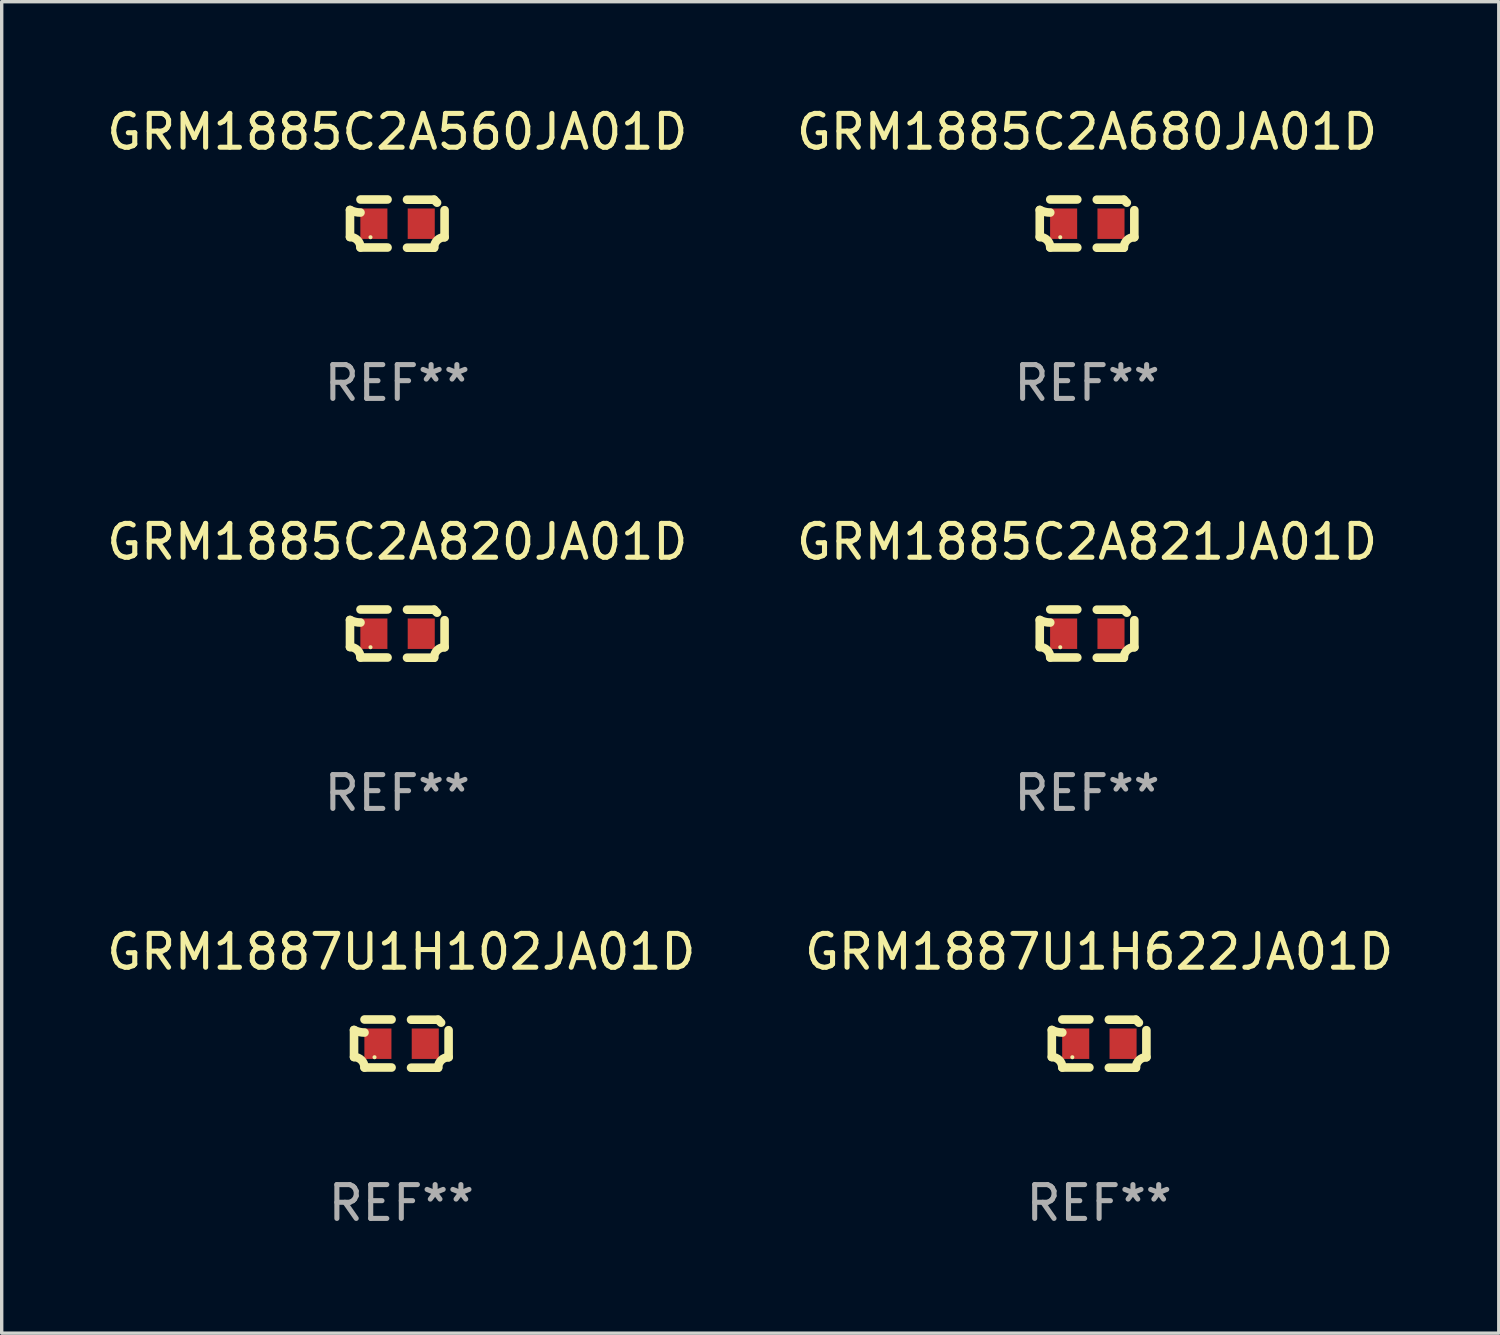
<source format=kicad_pcb>
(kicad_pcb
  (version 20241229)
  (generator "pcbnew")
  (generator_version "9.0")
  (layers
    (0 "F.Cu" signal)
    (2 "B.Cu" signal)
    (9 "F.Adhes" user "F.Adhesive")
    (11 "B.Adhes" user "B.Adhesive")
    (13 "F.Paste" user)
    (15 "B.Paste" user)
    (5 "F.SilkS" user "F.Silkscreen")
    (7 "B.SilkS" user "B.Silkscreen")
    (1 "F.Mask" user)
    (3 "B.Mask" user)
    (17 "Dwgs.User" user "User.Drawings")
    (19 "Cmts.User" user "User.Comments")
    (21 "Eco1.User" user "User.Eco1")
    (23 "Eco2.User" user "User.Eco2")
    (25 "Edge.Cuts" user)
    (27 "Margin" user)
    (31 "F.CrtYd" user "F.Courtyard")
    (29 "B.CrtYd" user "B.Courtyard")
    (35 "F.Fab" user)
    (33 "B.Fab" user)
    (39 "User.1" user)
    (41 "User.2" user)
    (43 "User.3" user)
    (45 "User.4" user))
  (footprint "GRM1885C2A560JA01D"
    (layer "F.Cu")
    (at 8.696 3.561)
    (property "Reference" "GRM1885C2A560JA01D" (at 0 -2.713 0) (layer "F.SilkS") (effects (font (size 1 1) (thickness 0.15))))
    (attr through_hole)
    (fp_line (start -1.398 -0.403) (end -1.398 0.397) (stroke (width 0.254) (type solid)) (layer "F.SilkS"))
    (fp_line (start -0.288 -0.713) (end -1.088 -0.713) (stroke (width 0.254) (type solid)) (layer "F.SilkS"))
    (fp_line (start -0.288 0.707) (end -1.088 0.707) (stroke (width 0.254) (type solid)) (layer "F.SilkS"))
    (fp_line (start 0.288 -0.707) (end 1.088 -0.707) (stroke (width 0.254) (type solid)) (layer "F.SilkS"))
    (fp_line (start 0.288 0.713) (end 1.088 0.713) (stroke (width 0.254) (type solid)) (layer "F.SilkS"))
    (fp_line (start 1.398 -0.397) (end 1.398 0.403) (stroke (width 0.254) (type solid)) (layer "F.SilkS"))
    (fp_arc (start -1.397789 0.397066) (mid -1.178701 0.487826) (end -1.08796 0.706922) (stroke (width 0.254001) (type solid)) (layer "F.SilkS"))
    (fp_arc (start -1.08796 -0.327176) (mid -1.247436 -0.346384) (end -1.39779 -0.402908) (stroke (width 0.254001) (type solid)) (layer "F.SilkS"))
    (fp_arc (start 1.087909 0.712738) (mid 1.178656 0.493655) (end 1.397739 0.402908) (stroke (width 0.254001) (type solid)) (layer "F.SilkS"))
    (fp_arc (start 1.175925 -0.618926) (mid 1.131917 -0.662923) (end 1.08791 -0.706922) (stroke (width 0.254001) (type solid)) (layer "F.SilkS"))
    (fp_circle (center -0.792 0.403) (end -0.762 0.403) (stroke (width 0.06) (type solid)) (fill no) (layer "F.SilkS"))
    (fp_text user "REF**" (at 0 4.713 0) (layer "F.Fab") (effects (font (size 1 1) (thickness 0.15))))
    (pad "1" smd rect (at -0.692 0.003) (size 0.8 0.9) (layers "F.Cu" "F.Mask" "F.Paste"))
    (pad "2" smd rect (at 0.708 0.003) (size 0.8 0.9) (layers "F.Cu" "F.Mask" "F.Paste")))
  (footprint "GRM1885C2A821JA01D"
    (layer "F.Cu")
    (at 29.089 15.683)
    (property "Reference" "GRM1885C2A821JA01D" (at 0 -2.713 0) (layer "F.SilkS") (effects (font (size 1 1) (thickness 0.15))))
    (attr through_hole)
    (fp_line (start -1.398 -0.403) (end -1.398 0.397) (stroke (width 0.254) (type solid)) (layer "F.SilkS"))
    (fp_line (start -0.288 -0.713) (end -1.088 -0.713) (stroke (width 0.254) (type solid)) (layer "F.SilkS"))
    (fp_line (start -0.288 0.707) (end -1.088 0.707) (stroke (width 0.254) (type solid)) (layer "F.SilkS"))
    (fp_line (start 0.288 -0.707) (end 1.088 -0.707) (stroke (width 0.254) (type solid)) (layer "F.SilkS"))
    (fp_line (start 0.288 0.713) (end 1.088 0.713) (stroke (width 0.254) (type solid)) (layer "F.SilkS"))
    (fp_line (start 1.398 -0.397) (end 1.398 0.403) (stroke (width 0.254) (type solid)) (layer "F.SilkS"))
    (fp_arc (start -1.397789 0.397066) (mid -1.178701 0.487826) (end -1.08796 0.706922) (stroke (width 0.254001) (type solid)) (layer "F.SilkS"))
    (fp_arc (start -1.08796 -0.327176) (mid -1.247436 -0.346384) (end -1.39779 -0.402908) (stroke (width 0.254001) (type solid)) (layer "F.SilkS"))
    (fp_arc (start 1.087909 0.712738) (mid 1.178656 0.493655) (end 1.397739 0.402908) (stroke (width 0.254001) (type solid)) (layer "F.SilkS"))
    (fp_arc (start 1.175925 -0.618926) (mid 1.131917 -0.662923) (end 1.08791 -0.706922) (stroke (width 0.254001) (type solid)) (layer "F.SilkS"))
    (fp_circle (center -0.792 0.403) (end -0.762 0.403) (stroke (width 0.06) (type solid)) (fill no) (layer "F.SilkS"))
    (fp_text user "REF**" (at 0 4.713 0) (layer "F.Fab") (effects (font (size 1 1) (thickness 0.15))))
    (pad "1" smd rect (at -0.692 0.003) (size 0.8 0.9) (layers "F.Cu" "F.Mask" "F.Paste"))
    (pad "2" smd rect (at 0.708 0.003) (size 0.8 0.9) (layers "F.Cu" "F.Mask" "F.Paste")))
  (footprint "GRM1887U1H102JA01D"
    (layer "F.Cu")
    (at 8.815 27.805)
    (property "Reference" "GRM1887U1H102JA01D" (at 0 -2.713 0) (layer "F.SilkS") (effects (font (size 1 1) (thickness 0.15))))
    (attr through_hole)
    (fp_line (start -1.398 -0.403) (end -1.398 0.397) (stroke (width 0.254) (type solid)) (layer "F.SilkS"))
    (fp_line (start -0.288 -0.713) (end -1.088 -0.713) (stroke (width 0.254) (type solid)) (layer "F.SilkS"))
    (fp_line (start -0.288 0.707) (end -1.088 0.707) (stroke (width 0.254) (type solid)) (layer "F.SilkS"))
    (fp_line (start 0.288 -0.707) (end 1.088 -0.707) (stroke (width 0.254) (type solid)) (layer "F.SilkS"))
    (fp_line (start 0.288 0.713) (end 1.088 0.713) (stroke (width 0.254) (type solid)) (layer "F.SilkS"))
    (fp_line (start 1.398 -0.397) (end 1.398 0.403) (stroke (width 0.254) (type solid)) (layer "F.SilkS"))
    (fp_arc (start -1.397789 0.397066) (mid -1.178701 0.487826) (end -1.08796 0.706922) (stroke (width 0.254001) (type solid)) (layer "F.SilkS"))
    (fp_arc (start -1.08796 -0.327176) (mid -1.247436 -0.346384) (end -1.39779 -0.402908) (stroke (width 0.254001) (type solid)) (layer "F.SilkS"))
    (fp_arc (start 1.087909 0.712738) (mid 1.178656 0.493655) (end 1.397739 0.402908) (stroke (width 0.254001) (type solid)) (layer "F.SilkS"))
    (fp_arc (start 1.175925 -0.618926) (mid 1.131917 -0.662923) (end 1.08791 -0.706922) (stroke (width 0.254001) (type solid)) (layer "F.SilkS"))
    (fp_circle (center -0.792 0.403) (end -0.762 0.403) (stroke (width 0.06) (type solid)) (fill no) (layer "F.SilkS"))
    (fp_text user "REF**" (at 0 4.713 0) (layer "F.Fab") (effects (font (size 1 1) (thickness 0.15))))
    (pad "1" smd rect (at -0.692 0.003) (size 0.8 0.9) (layers "F.Cu" "F.Mask" "F.Paste"))
    (pad "2" smd rect (at 0.708 0.003) (size 0.8 0.9) (layers "F.Cu" "F.Mask" "F.Paste")))
  (footprint "GRM1887U1H622JA01D"
    (layer "F.Cu")
    (at 29.446 27.805)
    (property "Reference" "GRM1887U1H622JA01D" (at 0 -2.713 0) (layer "F.SilkS") (effects (font (size 1 1) (thickness 0.15))))
    (attr through_hole)
    (fp_line (start -1.398 -0.403) (end -1.398 0.397) (stroke (width 0.254) (type solid)) (layer "F.SilkS"))
    (fp_line (start -0.288 -0.713) (end -1.088 -0.713) (stroke (width 0.254) (type solid)) (layer "F.SilkS"))
    (fp_line (start -0.288 0.707) (end -1.088 0.707) (stroke (width 0.254) (type solid)) (layer "F.SilkS"))
    (fp_line (start 0.288 -0.707) (end 1.088 -0.707) (stroke (width 0.254) (type solid)) (layer "F.SilkS"))
    (fp_line (start 0.288 0.713) (end 1.088 0.713) (stroke (width 0.254) (type solid)) (layer "F.SilkS"))
    (fp_line (start 1.398 -0.397) (end 1.398 0.403) (stroke (width 0.254) (type solid)) (layer "F.SilkS"))
    (fp_arc (start -1.397789 0.397066) (mid -1.178701 0.487826) (end -1.08796 0.706922) (stroke (width 0.254001) (type solid)) (layer "F.SilkS"))
    (fp_arc (start -1.08796 -0.327176) (mid -1.247436 -0.346384) (end -1.39779 -0.402908) (stroke (width 0.254001) (type solid)) (layer "F.SilkS"))
    (fp_arc (start 1.087909 0.712738) (mid 1.178656 0.493655) (end 1.397739 0.402908) (stroke (width 0.254001) (type solid)) (layer "F.SilkS"))
    (fp_arc (start 1.175925 -0.618926) (mid 1.131917 -0.662923) (end 1.08791 -0.706922) (stroke (width 0.254001) (type solid)) (layer "F.SilkS"))
    (fp_circle (center -0.792 0.403) (end -0.762 0.403) (stroke (width 0.06) (type solid)) (fill no) (layer "F.SilkS"))
    (fp_text user "REF**" (at 0 4.713 0) (layer "F.Fab") (effects (font (size 1 1) (thickness 0.15))))
    (pad "1" smd rect (at -0.692 0.003) (size 0.8 0.9) (layers "F.Cu" "F.Mask" "F.Paste"))
    (pad "2" smd rect (at 0.708 0.003) (size 0.8 0.9) (layers "F.Cu" "F.Mask" "F.Paste")))
  (footprint "GRM1885C2A820JA01D"
    (layer "F.Cu")
    (at 8.696 15.683)
    (property "Reference" "GRM1885C2A820JA01D" (at 0 -2.713 0) (layer "F.SilkS") (effects (font (size 1 1) (thickness 0.15))))
    (attr through_hole)
    (fp_line (start -1.398 -0.403) (end -1.398 0.397) (stroke (width 0.254) (type solid)) (layer "F.SilkS"))
    (fp_line (start -0.288 -0.713) (end -1.088 -0.713) (stroke (width 0.254) (type solid)) (layer "F.SilkS"))
    (fp_line (start -0.288 0.707) (end -1.088 0.707) (stroke (width 0.254) (type solid)) (layer "F.SilkS"))
    (fp_line (start 0.288 -0.707) (end 1.088 -0.707) (stroke (width 0.254) (type solid)) (layer "F.SilkS"))
    (fp_line (start 0.288 0.713) (end 1.088 0.713) (stroke (width 0.254) (type solid)) (layer "F.SilkS"))
    (fp_line (start 1.398 -0.397) (end 1.398 0.403) (stroke (width 0.254) (type solid)) (layer "F.SilkS"))
    (fp_arc (start -1.397789 0.397066) (mid -1.178701 0.487826) (end -1.08796 0.706922) (stroke (width 0.254001) (type solid)) (layer "F.SilkS"))
    (fp_arc (start -1.08796 -0.327176) (mid -1.247436 -0.346384) (end -1.39779 -0.402908) (stroke (width 0.254001) (type solid)) (layer "F.SilkS"))
    (fp_arc (start 1.087909 0.712738) (mid 1.178656 0.493655) (end 1.397739 0.402908) (stroke (width 0.254001) (type solid)) (layer "F.SilkS"))
    (fp_arc (start 1.175925 -0.618926) (mid 1.131917 -0.662923) (end 1.08791 -0.706922) (stroke (width 0.254001) (type solid)) (layer "F.SilkS"))
    (fp_circle (center -0.792 0.403) (end -0.762 0.403) (stroke (width 0.06) (type solid)) (fill no) (layer "F.SilkS"))
    (fp_text user "REF**" (at 0 4.713 0) (layer "F.Fab") (effects (font (size 1 1) (thickness 0.15))))
    (pad "1" smd rect (at -0.692 0.003) (size 0.8 0.9) (layers "F.Cu" "F.Mask" "F.Paste"))
    (pad "2" smd rect (at 0.708 0.003) (size 0.8 0.9) (layers "F.Cu" "F.Mask" "F.Paste")))
  (footprint "GRM1885C2A680JA01D"
    (layer "F.Cu")
    (at 29.089 3.561)
    (property "Reference" "GRM1885C2A680JA01D" (at 0 -2.713 0) (layer "F.SilkS") (effects (font (size 1 1) (thickness 0.15))))
    (attr through_hole)
    (fp_line (start -1.398 -0.403) (end -1.398 0.397) (stroke (width 0.254) (type solid)) (layer "F.SilkS"))
    (fp_line (start -0.288 -0.713) (end -1.088 -0.713) (stroke (width 0.254) (type solid)) (layer "F.SilkS"))
    (fp_line (start -0.288 0.707) (end -1.088 0.707) (stroke (width 0.254) (type solid)) (layer "F.SilkS"))
    (fp_line (start 0.288 -0.707) (end 1.088 -0.707) (stroke (width 0.254) (type solid)) (layer "F.SilkS"))
    (fp_line (start 0.288 0.713) (end 1.088 0.713) (stroke (width 0.254) (type solid)) (layer "F.SilkS"))
    (fp_line (start 1.398 -0.397) (end 1.398 0.403) (stroke (width 0.254) (type solid)) (layer "F.SilkS"))
    (fp_arc (start -1.397789 0.397066) (mid -1.178701 0.487826) (end -1.08796 0.706922) (stroke (width 0.254001) (type solid)) (layer "F.SilkS"))
    (fp_arc (start -1.08796 -0.327176) (mid -1.247436 -0.346384) (end -1.39779 -0.402908) (stroke (width 0.254001) (type solid)) (layer "F.SilkS"))
    (fp_arc (start 1.087909 0.712738) (mid 1.178656 0.493655) (end 1.397739 0.402908) (stroke (width 0.254001) (type solid)) (layer "F.SilkS"))
    (fp_arc (start 1.175925 -0.618926) (mid 1.131917 -0.662923) (end 1.08791 -0.706922) (stroke (width 0.254001) (type solid)) (layer "F.SilkS"))
    (fp_circle (center -0.792 0.403) (end -0.762 0.403) (stroke (width 0.06) (type solid)) (fill no) (layer "F.SilkS"))
    (fp_text user "REF**" (at 0 4.713 0) (layer "F.Fab") (effects (font (size 1 1) (thickness 0.15))))
    (pad "1" smd rect (at -0.692 0.003) (size 0.8 0.9) (layers "F.Cu" "F.Mask" "F.Paste"))
    (pad "2" smd rect (at 0.708 0.003) (size 0.8 0.9) (layers "F.Cu" "F.Mask" "F.Paste")))
  (gr_rect
    (start -3 -3)
    (end 41.262 36.366)
    (stroke (width 0.1) (type default))
    (fill no)
    (layer "Edge.Cuts")))
</source>
